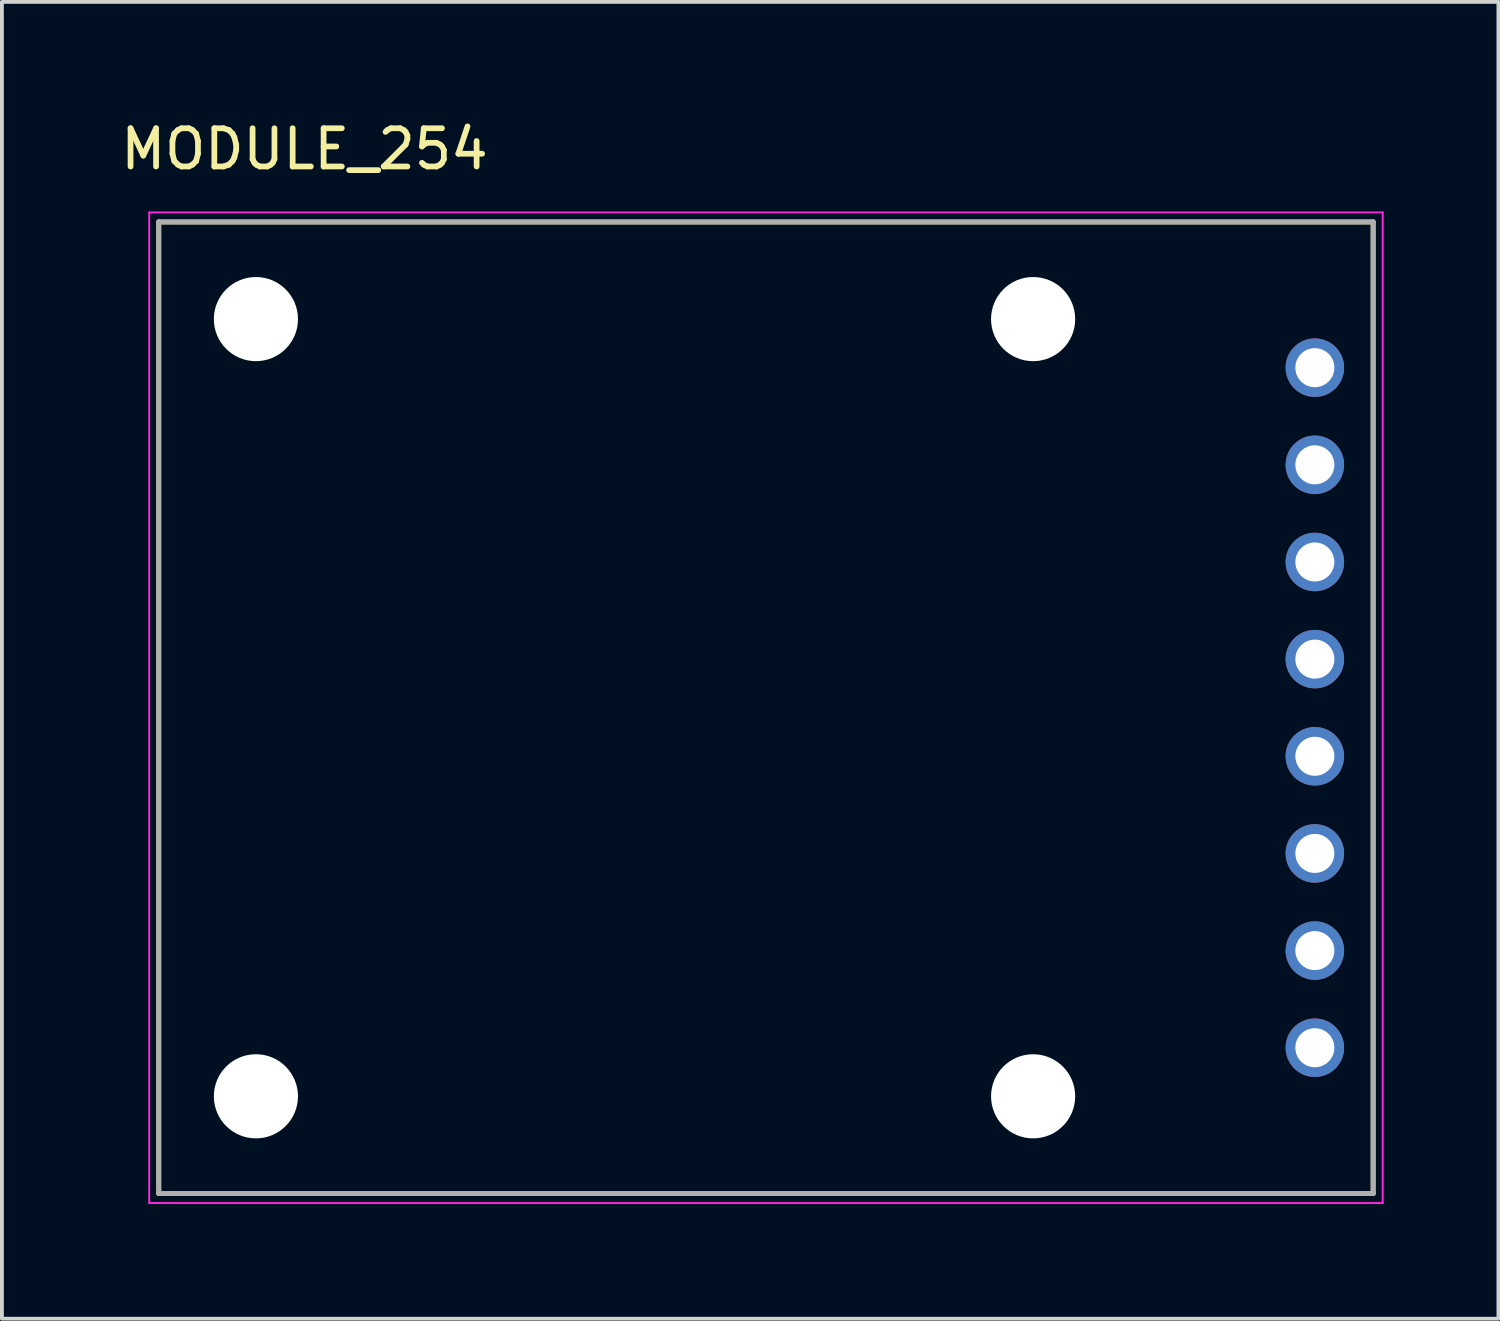
<source format=kicad_pcb>
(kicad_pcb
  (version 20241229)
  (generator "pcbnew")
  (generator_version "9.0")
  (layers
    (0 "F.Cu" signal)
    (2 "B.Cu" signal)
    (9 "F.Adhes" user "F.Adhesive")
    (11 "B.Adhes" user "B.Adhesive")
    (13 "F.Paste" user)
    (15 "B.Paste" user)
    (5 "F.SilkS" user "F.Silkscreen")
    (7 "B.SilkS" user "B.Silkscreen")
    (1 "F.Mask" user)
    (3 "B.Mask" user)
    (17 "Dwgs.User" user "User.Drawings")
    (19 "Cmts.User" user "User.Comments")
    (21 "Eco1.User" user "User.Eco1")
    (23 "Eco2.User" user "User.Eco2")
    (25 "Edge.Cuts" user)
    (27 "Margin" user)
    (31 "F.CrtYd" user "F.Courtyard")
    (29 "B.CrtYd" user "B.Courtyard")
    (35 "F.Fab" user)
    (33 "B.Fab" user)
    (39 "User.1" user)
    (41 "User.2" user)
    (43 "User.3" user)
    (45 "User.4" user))
  (footprint "MODULE_254"
    (layer "F.Cu")
    (at 16.976 15.453)
    (property "Reference" "MODULE_254" (at -12.065 -14.605 0) (layer "F.SilkS") (effects (font (size 1 1) (thickness 0.15))))
    (attr through_hole)
    (fp_line (start -15.875 -12.7) (end 15.875 -12.7) (stroke (width 0.127) (type solid)) (layer "F.SilkS"))
    (fp_line (start -15.875 12.7) (end -15.875 -12.7) (stroke (width 0.127) (type solid)) (layer "F.SilkS"))
    (fp_line (start 15.875 -12.7) (end 15.875 12.7) (stroke (width 0.127) (type solid)) (layer "F.SilkS"))
    (fp_line (start 15.875 12.7) (end -15.875 12.7) (stroke (width 0.127) (type solid)) (layer "F.SilkS"))
    (fp_line (start -16.125 -12.95) (end 16.125 -12.95) (stroke (width 0.05) (type solid)) (layer "F.CrtYd"))
    (fp_line (start -16.125 12.95) (end -16.125 -12.95) (stroke (width 0.05) (type solid)) (layer "F.CrtYd"))
    (fp_line (start 16.125 -12.95) (end 16.125 12.95) (stroke (width 0.05) (type solid)) (layer "F.CrtYd"))
    (fp_line (start 16.125 12.95) (end -16.125 12.95) (stroke (width 0.05) (type solid)) (layer "F.CrtYd"))
    (fp_line (start -15.875 -12.7) (end 15.875 -12.7) (stroke (width 0.127) (type solid)) (layer "F.Fab"))
    (fp_line (start -15.875 12.7) (end -15.875 -12.7) (stroke (width 0.127) (type solid)) (layer "F.Fab"))
    (fp_line (start 15.875 -12.7) (end 15.875 12.7) (stroke (width 0.127) (type solid)) (layer "F.Fab"))
    (fp_line (start 15.875 12.7) (end -15.875 12.7) (stroke (width 0.127) (type solid)) (layer "F.Fab"))
    (pad "" np_thru_hole circle (at -13.335 -10.16) (size 2.2 2.2) (drill 2.2) (layers "*.Cu" "*.Mask"))
    (pad "" np_thru_hole circle (at -13.335 10.16) (size 2.2 2.2) (drill 2.2) (layers "*.Cu" "*.Mask"))
    (pad "" np_thru_hole circle (at 6.985 -10.16) (size 2.2 2.2) (drill 2.2) (layers "*.Cu" "*.Mask"))
    (pad "" np_thru_hole circle (at 6.985 10.16) (size 2.2 2.2) (drill 2.2) (layers "*.Cu" "*.Mask"))
    (pad "1" thru_hole circle (at 14.351 -8.89) (size 1.53 1.53) (drill 1.02) (layers "*.Cu" "*.Mask"))
    (pad "2" thru_hole circle (at 14.351 -6.35) (size 1.53 1.53) (drill 1.02) (layers "*.Cu" "*.Mask"))
    (pad "3" thru_hole circle (at 14.351 -3.81) (size 1.53 1.53) (drill 1.02) (layers "*.Cu" "*.Mask"))
    (pad "4" thru_hole circle (at 14.351 -1.27) (size 1.53 1.53) (drill 1.02) (layers "*.Cu" "*.Mask"))
    (pad "5" thru_hole circle (at 14.351 1.27) (size 1.53 1.53) (drill 1.02) (layers "*.Cu" "*.Mask"))
    (pad "6" thru_hole circle (at 14.351 3.81) (size 1.53 1.53) (drill 1.02) (layers "*.Cu" "*.Mask"))
    (pad "7" thru_hole circle (at 14.351 6.35) (size 1.53 1.53) (drill 1.02) (layers "*.Cu" "*.Mask"))
    (pad "8" thru_hole circle (at 14.351 8.89) (size 1.53 1.53) (drill 1.02) (layers "*.Cu" "*.Mask")))
  (gr_rect
    (start -3 -3)
    (end 36.126 31.428)
    (stroke (width 0.1) (type default))
    (fill no)
    (layer "Edge.Cuts")))
</source>
